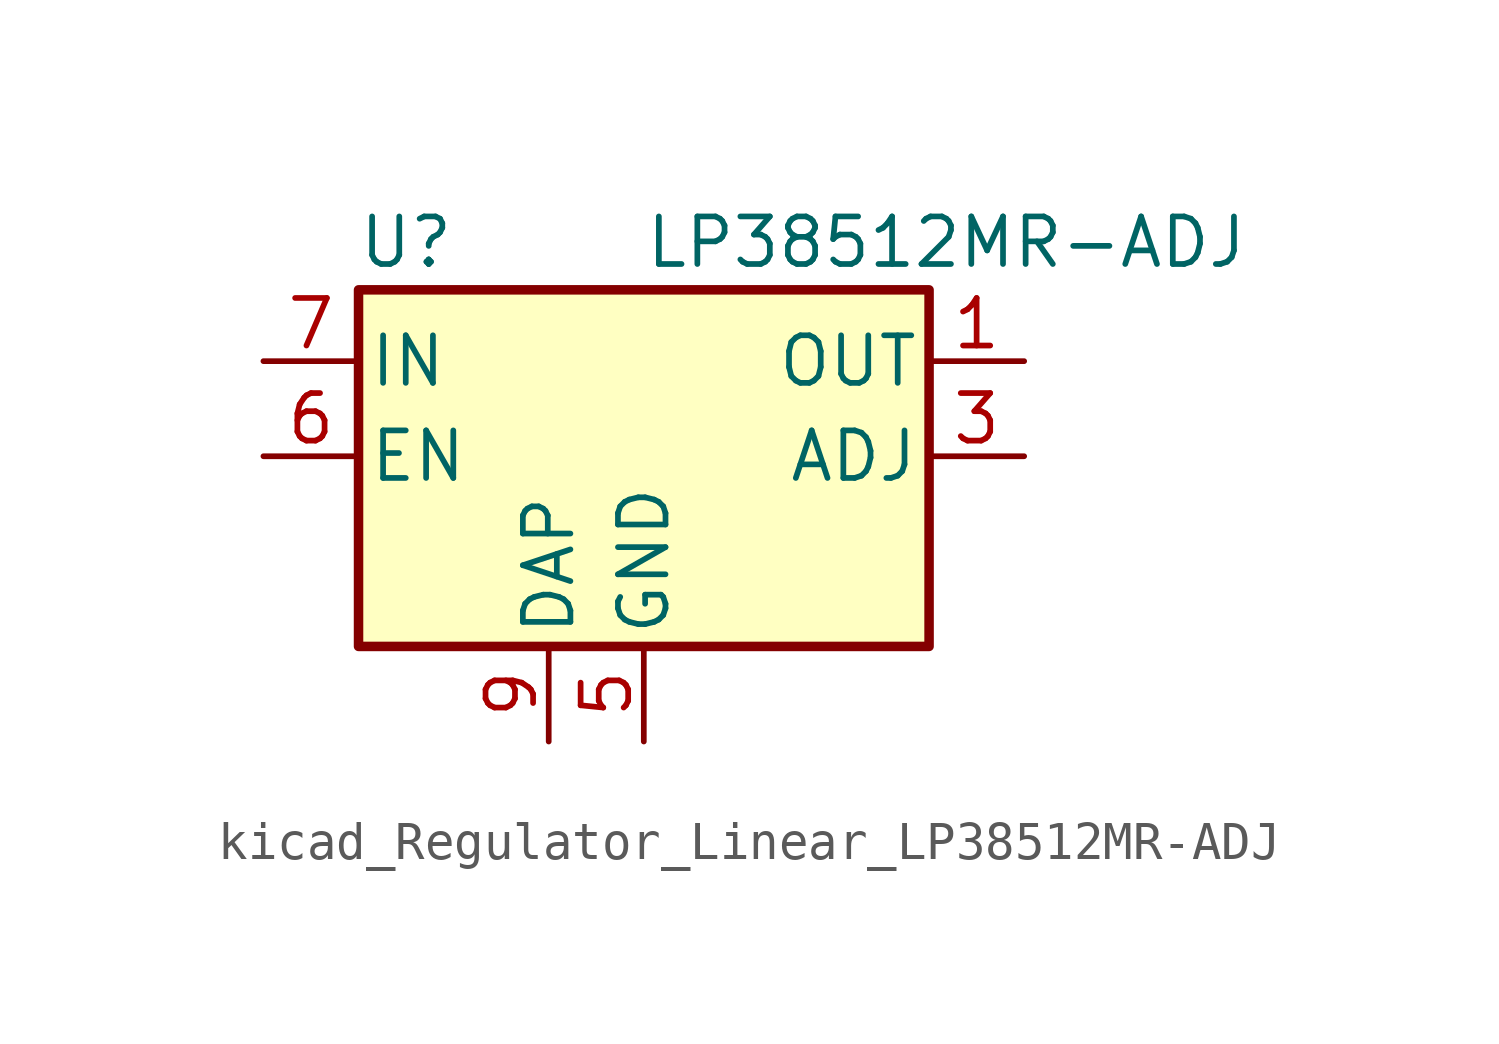
<source format=kicad_sym>
(kicad_symbol_lib
  (version 20220914)
  (generator kicad_symbol_editor)
  (symbol "kicad_Regulator_Linear_LP38512MR-ADJ"
    (pin_names
      (offset 0.254))
    (property "Reference" "U"
      (at -6.35 5.715 0)
      (effects (font (size 1.27 1.27))))
    (property "Value" "LP38512MR-ADJ"
      (at 0 5.715 0)
      (effects (font (size 1.27 1.27)) (justify left)))
    (symbol "kicad_Regulator_Linear_LP38512MR-ADJ_0_1"
      (rectangle (start -7.62 -5.08) (end 7.62 4.445) (stroke (width 0.254) (type default)) (fill (type background))))
    (symbol "kicad_Regulator_Linear_LP38512MR-ADJ_1_1"
      (pin power_out line (at 10.16 2.54 180) (length 2.54) (name "OUT" (effects (font (size 1.27 1.27)))) (number "1" (effects (font (size 1.27 1.27)))))
      (pin passive line (at 10.16 2.54 180) (length 2.54) hide (name "OUT" (effects (font (size 1.27 1.27)))) (number "2" (effects (font (size 1.27 1.27)))))
      (pin input line (at 10.16 0 180) (length 2.54) (name "ADJ" (effects (font (size 1.27 1.27)))) (number "3" (effects (font (size 1.27 1.27)))))
      (pin no_connect line (at -7.62 -2.54 0) (length 2.54) hide (name "NC" (effects (font (size 1.27 1.27)))) (number "4" (effects (font (size 1.27 1.27)))))
      (pin power_in line (at 0 -7.62 90) (length 2.54) (name "GND" (effects (font (size 1.27 1.27)))) (number "5" (effects (font (size 1.27 1.27)))))
      (pin input line (at -10.16 0 0) (length 2.54) (name "EN" (effects (font (size 1.27 1.27)))) (number "6" (effects (font (size 1.27 1.27)))))
      (pin power_in line (at -10.16 2.54 0) (length 2.54) (name "IN" (effects (font (size 1.27 1.27)))) (number "7" (effects (font (size 1.27 1.27)))))
      (pin passive line (at -10.16 2.54 0) (length 2.54) hide (name "IN" (effects (font (size 1.27 1.27)))) (number "8" (effects (font (size 1.27 1.27)))))
      (pin passive line (at -2.54 -7.62 90) (length 2.54) (name "DAP" (effects (font (size 1.27 1.27)))) (number "9" (effects (font (size 1.27 1.27))))))))
</source>
